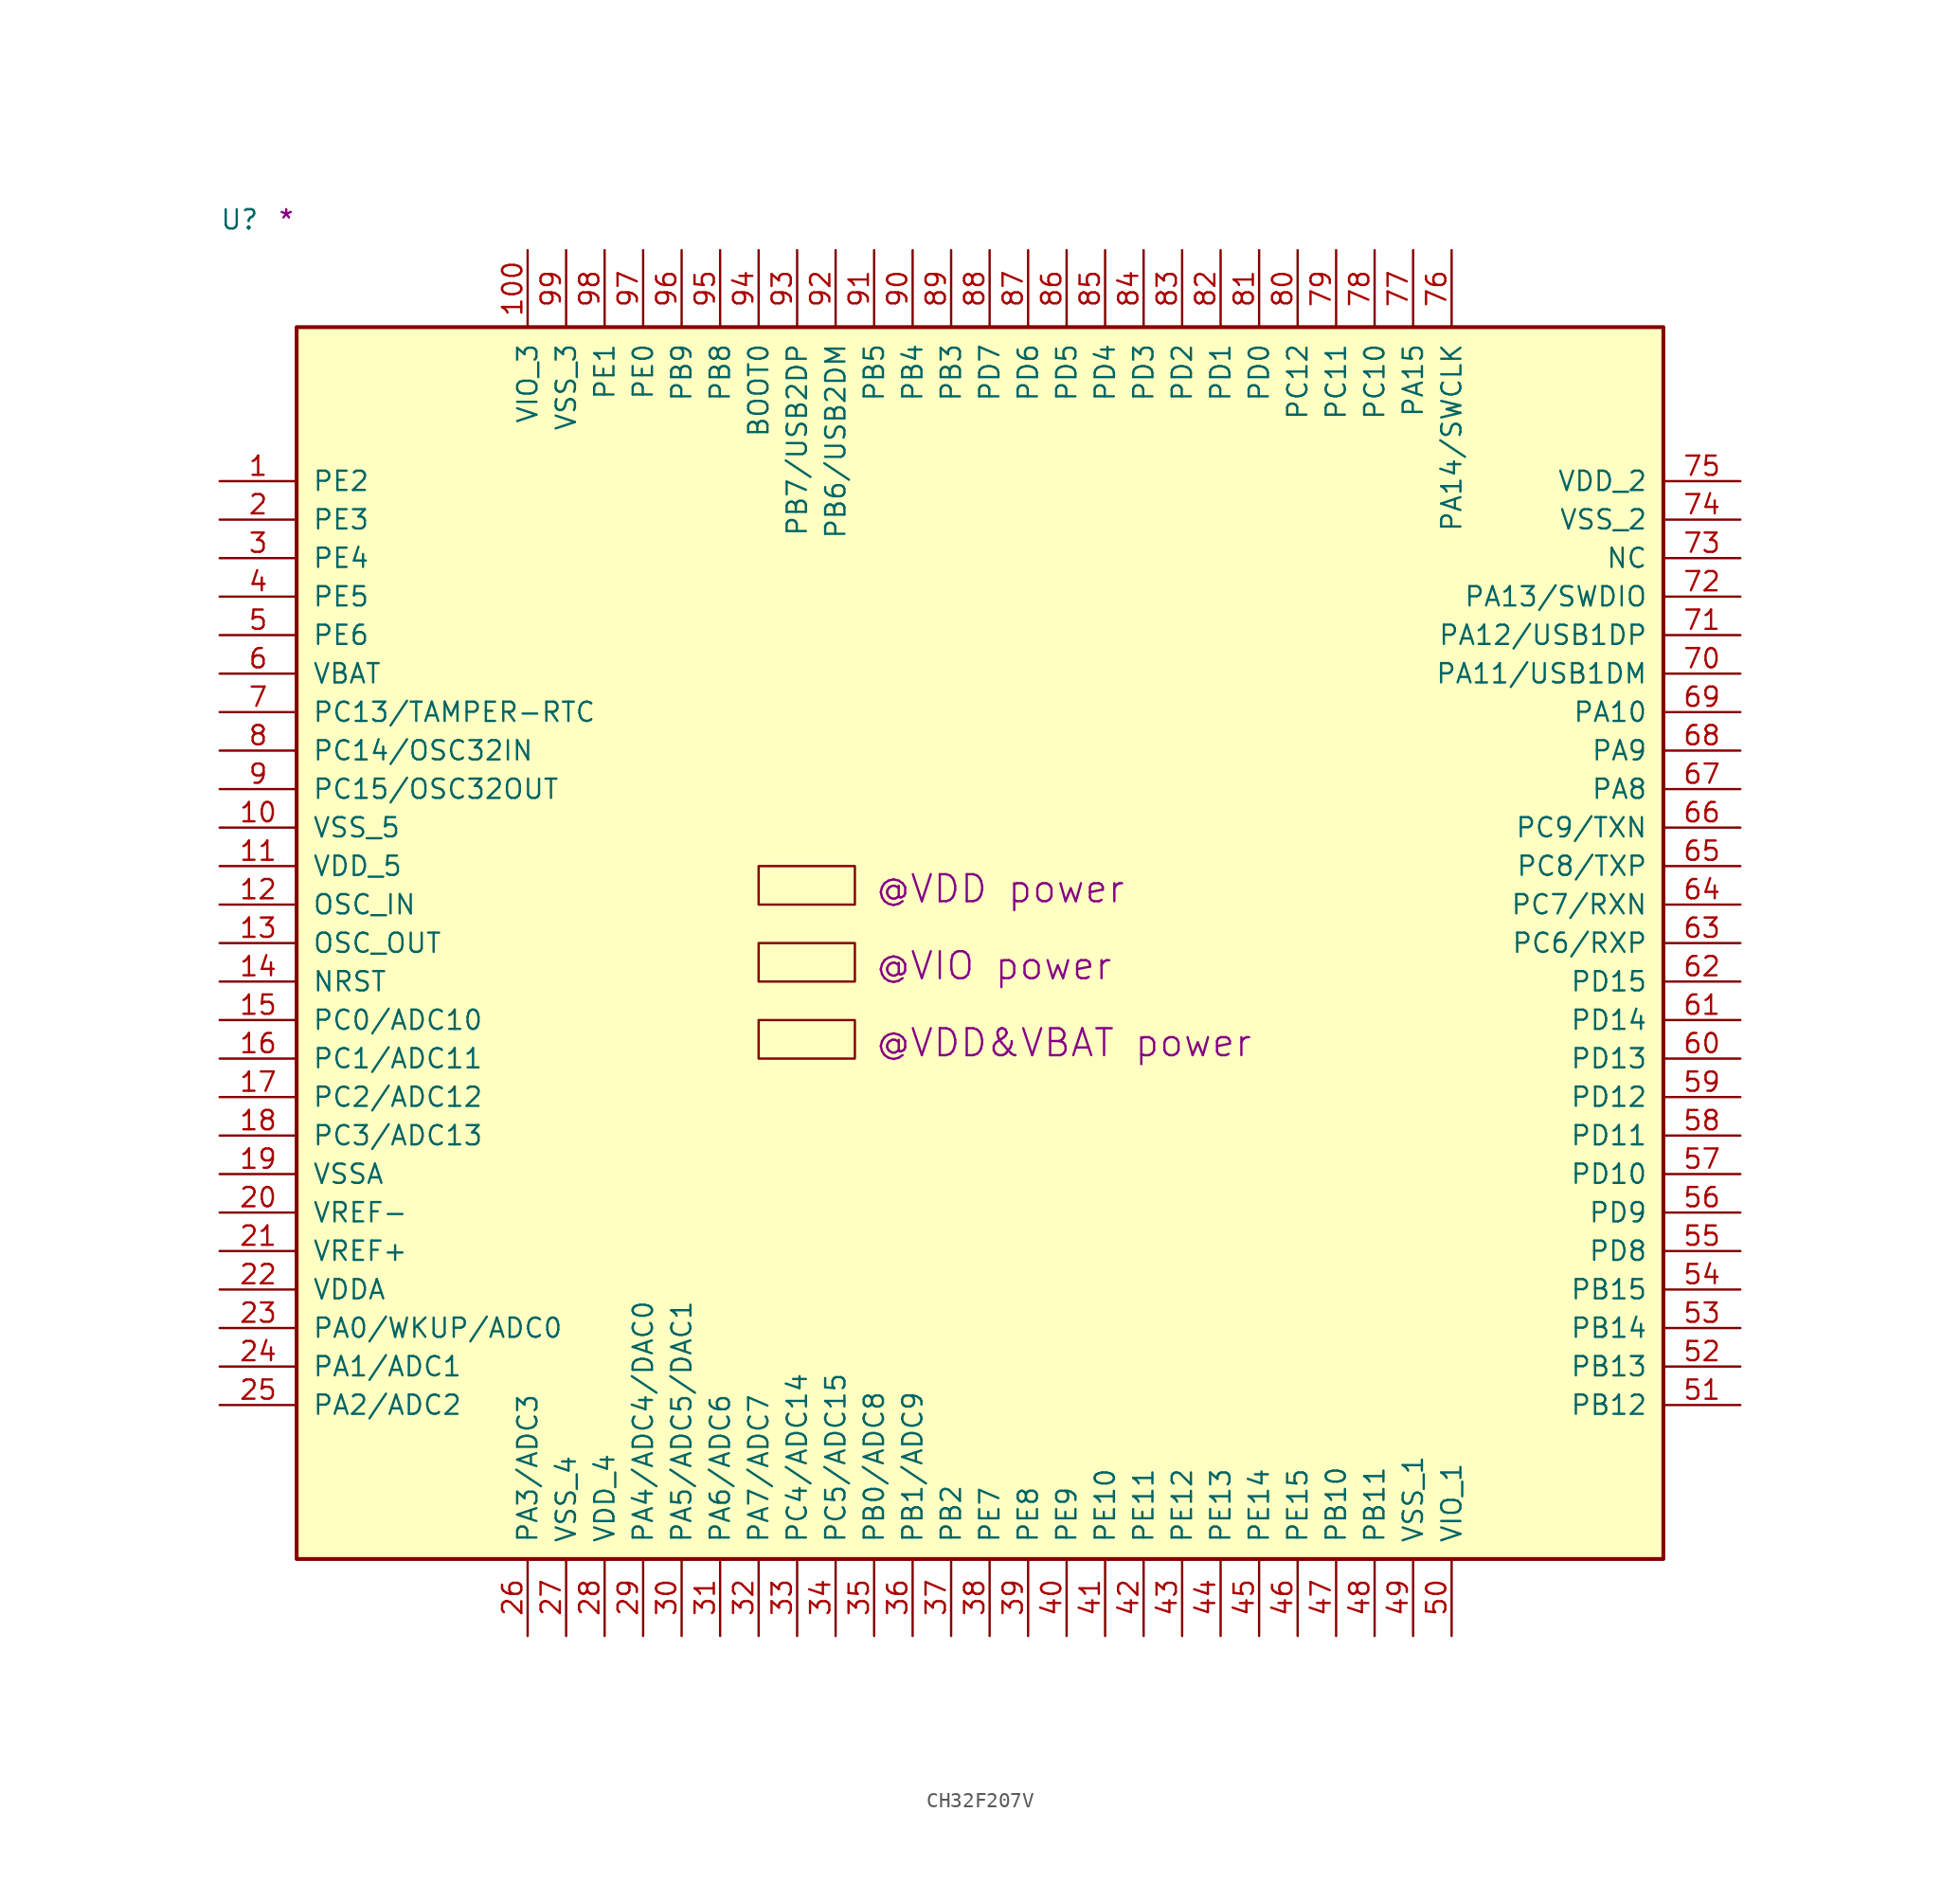
<source format=kicad_sym>
(kicad_symbol_lib
  (version 20211014)
  (generator kicad_symbol_editor)
  (symbol "CH32F207V"
    (pin_names
      (offset 1.016))
    (property "Reference" "U"
      (at -5.08 6.35 0)
      (effects (font (size 1.27 1.27)) (justify left bottom)))
    (property "user" "@VDD power"
      (at 38.1 -38.1 0)
      (effects (font (size 1.778 1.778)) (justify left bottom)))
    (property "user_1" "@VIO power"
      (at 38.1 -43.18 0)
      (effects (font (size 1.778 1.778)) (justify left bottom)))
    (property "user_2" "@VDD&VBAT power"
      (at 38.1 -48.26 0)
      (effects (font (size 1.778 1.778)) (justify left bottom)))
    (property "Comment" "*"
      (at -1.27 6.35 0)
      (effects (font (size 1.27 1.27)) (justify left bottom)))
    (symbol "CH32F207V_1_1"
      (rectangle (start 0 -81.28) (end 90.17 0) (stroke (width 0.254) (type default) (color 0 0 0 0)) (fill (type background)))
      (rectangle (start 30.48 -48.26) (end 36.83 -45.72) (stroke (width 0) (type default) (color 0 0 0 0)) (fill (type background)))
      (rectangle (start 30.48 -43.18) (end 36.83 -40.64) (stroke (width 0) (type default) (color 0 0 0 0)) (fill (type background)))
      (rectangle (start 30.48 -38.1) (end 36.83 -35.56) (stroke (width 0) (type default) (color 0 0 0 0)) (fill (type background)))
      (pin bidirectional line (at -5.08 -10.16 0) (length 5.08) (name "PE2" (effects (font (size 1.27 1.27)))) (number "1" (effects (font (size 1.27 1.27)))))
      (pin power_in line (at -5.08 -33.02 0) (length 5.08) (name "VSS_5" (effects (font (size 1.27 1.27)))) (number "10" (effects (font (size 1.27 1.27)))))
      (pin power_in line (at 15.24 5.08 270) (length 5.08) (name "VIO_3" (effects (font (size 1.27 1.27)))) (number "100" (effects (font (size 1.27 1.27)))))
      (pin power_in line (at -5.08 -35.56 0) (length 5.08) (name "VDD_5" (effects (font (size 1.27 1.27)))) (number "11" (effects (font (size 1.27 1.27)))))
      (pin input line (at -5.08 -38.1 0) (length 5.08) (name "OSC_IN" (effects (font (size 1.27 1.27)))) (number "12" (effects (font (size 1.27 1.27)))))
      (pin output line (at -5.08 -40.64 0) (length 5.08) (name "OSC_OUT" (effects (font (size 1.27 1.27)))) (number "13" (effects (font (size 1.27 1.27)))))
      (pin bidirectional line (at -5.08 -43.18 0) (length 5.08) (name "NRST" (effects (font (size 1.27 1.27)))) (number "14" (effects (font (size 1.27 1.27)))))
      (pin bidirectional line (at -5.08 -45.72 0) (length 5.08) (name "PC0/ADC10" (effects (font (size 1.27 1.27)))) (number "15" (effects (font (size 1.27 1.27)))))
      (pin bidirectional line (at -5.08 -48.26 0) (length 5.08) (name "PC1/ADC11" (effects (font (size 1.27 1.27)))) (number "16" (effects (font (size 1.27 1.27)))))
      (pin bidirectional line (at -5.08 -50.8 0) (length 5.08) (name "PC2/ADC12" (effects (font (size 1.27 1.27)))) (number "17" (effects (font (size 1.27 1.27)))))
      (pin bidirectional line (at -5.08 -53.34 0) (length 5.08) (name "PC3/ADC13" (effects (font (size 1.27 1.27)))) (number "18" (effects (font (size 1.27 1.27)))))
      (pin power_in line (at -5.08 -55.88 0) (length 5.08) (name "VSSA" (effects (font (size 1.27 1.27)))) (number "19" (effects (font (size 1.27 1.27)))))
      (pin bidirectional line (at -5.08 -12.7 0) (length 5.08) (name "PE3" (effects (font (size 1.27 1.27)))) (number "2" (effects (font (size 1.27 1.27)))))
      (pin power_in line (at -5.08 -58.42 0) (length 5.08) (name "VREF-" (effects (font (size 1.27 1.27)))) (number "20" (effects (font (size 1.27 1.27)))))
      (pin power_in line (at -5.08 -60.96 0) (length 5.08) (name "VREF+" (effects (font (size 1.27 1.27)))) (number "21" (effects (font (size 1.27 1.27)))))
      (pin power_in line (at -5.08 -63.5 0) (length 5.08) (name "VDDA" (effects (font (size 1.27 1.27)))) (number "22" (effects (font (size 1.27 1.27)))))
      (pin bidirectional line (at -5.08 -66.04 0) (length 5.08) (name "PA0/WKUP/ADC0" (effects (font (size 1.27 1.27)))) (number "23" (effects (font (size 1.27 1.27)))))
      (pin bidirectional line (at -5.08 -68.58 0) (length 5.08) (name "PA1/ADC1" (effects (font (size 1.27 1.27)))) (number "24" (effects (font (size 1.27 1.27)))))
      (pin bidirectional line (at -5.08 -71.12 0) (length 5.08) (name "PA2/ADC2" (effects (font (size 1.27 1.27)))) (number "25" (effects (font (size 1.27 1.27)))))
      (pin bidirectional line (at 15.24 -86.36 90) (length 5.08) (name "PA3/ADC3" (effects (font (size 1.27 1.27)))) (number "26" (effects (font (size 1.27 1.27)))))
      (pin power_in line (at 17.78 -86.36 90) (length 5.08) (name "VSS_4" (effects (font (size 1.27 1.27)))) (number "27" (effects (font (size 1.27 1.27)))))
      (pin power_in line (at 20.32 -86.36 90) (length 5.08) (name "VDD_4" (effects (font (size 1.27 1.27)))) (number "28" (effects (font (size 1.27 1.27)))))
      (pin bidirectional line (at 22.86 -86.36 90) (length 5.08) (name "PA4/ADC4/DAC0" (effects (font (size 1.27 1.27)))) (number "29" (effects (font (size 1.27 1.27)))))
      (pin bidirectional line (at -5.08 -15.24 0) (length 5.08) (name "PE4" (effects (font (size 1.27 1.27)))) (number "3" (effects (font (size 1.27 1.27)))))
      (pin bidirectional line (at 25.4 -86.36 90) (length 5.08) (name "PA5/ADC5/DAC1" (effects (font (size 1.27 1.27)))) (number "30" (effects (font (size 1.27 1.27)))))
      (pin bidirectional line (at 27.94 -86.36 90) (length 5.08) (name "PA6/ADC6" (effects (font (size 1.27 1.27)))) (number "31" (effects (font (size 1.27 1.27)))))
      (pin bidirectional line (at 30.48 -86.36 90) (length 5.08) (name "PA7/ADC7" (effects (font (size 1.27 1.27)))) (number "32" (effects (font (size 1.27 1.27)))))
      (pin bidirectional line (at 33.02 -86.36 90) (length 5.08) (name "PC4/ADC14" (effects (font (size 1.27 1.27)))) (number "33" (effects (font (size 1.27 1.27)))))
      (pin bidirectional line (at 35.56 -86.36 90) (length 5.08) (name "PC5/ADC15" (effects (font (size 1.27 1.27)))) (number "34" (effects (font (size 1.27 1.27)))))
      (pin bidirectional line (at 38.1 -86.36 90) (length 5.08) (name "PB0/ADC8" (effects (font (size 1.27 1.27)))) (number "35" (effects (font (size 1.27 1.27)))))
      (pin bidirectional line (at 40.64 -86.36 90) (length 5.08) (name "PB1/ADC9" (effects (font (size 1.27 1.27)))) (number "36" (effects (font (size 1.27 1.27)))))
      (pin bidirectional line (at 43.18 -86.36 90) (length 5.08) (name "PB2" (effects (font (size 1.27 1.27)))) (number "37" (effects (font (size 1.27 1.27)))))
      (pin bidirectional line (at 45.72 -86.36 90) (length 5.08) (name "PE7" (effects (font (size 1.27 1.27)))) (number "38" (effects (font (size 1.27 1.27)))))
      (pin bidirectional line (at 48.26 -86.36 90) (length 5.08) (name "PE8" (effects (font (size 1.27 1.27)))) (number "39" (effects (font (size 1.27 1.27)))))
      (pin bidirectional line (at -5.08 -17.78 0) (length 5.08) (name "PE5" (effects (font (size 1.27 1.27)))) (number "4" (effects (font (size 1.27 1.27)))))
      (pin bidirectional line (at 50.8 -86.36 90) (length 5.08) (name "PE9" (effects (font (size 1.27 1.27)))) (number "40" (effects (font (size 1.27 1.27)))))
      (pin bidirectional line (at 53.34 -86.36 90) (length 5.08) (name "PE10" (effects (font (size 1.27 1.27)))) (number "41" (effects (font (size 1.27 1.27)))))
      (pin bidirectional line (at 55.88 -86.36 90) (length 5.08) (name "PE11" (effects (font (size 1.27 1.27)))) (number "42" (effects (font (size 1.27 1.27)))))
      (pin bidirectional line (at 58.42 -86.36 90) (length 5.08) (name "PE12" (effects (font (size 1.27 1.27)))) (number "43" (effects (font (size 1.27 1.27)))))
      (pin bidirectional line (at 60.96 -86.36 90) (length 5.08) (name "PE13" (effects (font (size 1.27 1.27)))) (number "44" (effects (font (size 1.27 1.27)))))
      (pin bidirectional line (at 63.5 -86.36 90) (length 5.08) (name "PE14" (effects (font (size 1.27 1.27)))) (number "45" (effects (font (size 1.27 1.27)))))
      (pin bidirectional line (at 66.04 -86.36 90) (length 5.08) (name "PE15" (effects (font (size 1.27 1.27)))) (number "46" (effects (font (size 1.27 1.27)))))
      (pin bidirectional line (at 68.58 -86.36 90) (length 5.08) (name "PB10" (effects (font (size 1.27 1.27)))) (number "47" (effects (font (size 1.27 1.27)))))
      (pin bidirectional line (at 71.12 -86.36 90) (length 5.08) (name "PB11" (effects (font (size 1.27 1.27)))) (number "48" (effects (font (size 1.27 1.27)))))
      (pin power_in line (at 73.66 -86.36 90) (length 5.08) (name "VSS_1" (effects (font (size 1.27 1.27)))) (number "49" (effects (font (size 1.27 1.27)))))
      (pin bidirectional line (at -5.08 -20.32 0) (length 5.08) (name "PE6" (effects (font (size 1.27 1.27)))) (number "5" (effects (font (size 1.27 1.27)))))
      (pin power_in line (at 76.2 -86.36 90) (length 5.08) (name "VIO_1" (effects (font (size 1.27 1.27)))) (number "50" (effects (font (size 1.27 1.27)))))
      (pin bidirectional line (at 95.25 -71.12 180) (length 5.08) (name "PB12" (effects (font (size 1.27 1.27)))) (number "51" (effects (font (size 1.27 1.27)))))
      (pin bidirectional line (at 95.25 -68.58 180) (length 5.08) (name "PB13" (effects (font (size 1.27 1.27)))) (number "52" (effects (font (size 1.27 1.27)))))
      (pin bidirectional line (at 95.25 -66.04 180) (length 5.08) (name "PB14" (effects (font (size 1.27 1.27)))) (number "53" (effects (font (size 1.27 1.27)))))
      (pin bidirectional line (at 95.25 -63.5 180) (length 5.08) (name "PB15" (effects (font (size 1.27 1.27)))) (number "54" (effects (font (size 1.27 1.27)))))
      (pin bidirectional line (at 95.25 -60.96 180) (length 5.08) (name "PD8" (effects (font (size 1.27 1.27)))) (number "55" (effects (font (size 1.27 1.27)))))
      (pin bidirectional line (at 95.25 -58.42 180) (length 5.08) (name "PD9" (effects (font (size 1.27 1.27)))) (number "56" (effects (font (size 1.27 1.27)))))
      (pin bidirectional line (at 95.25 -55.88 180) (length 5.08) (name "PD10" (effects (font (size 1.27 1.27)))) (number "57" (effects (font (size 1.27 1.27)))))
      (pin bidirectional line (at 95.25 -53.34 180) (length 5.08) (name "PD11" (effects (font (size 1.27 1.27)))) (number "58" (effects (font (size 1.27 1.27)))))
      (pin bidirectional line (at 95.25 -50.8 180) (length 5.08) (name "PD12" (effects (font (size 1.27 1.27)))) (number "59" (effects (font (size 1.27 1.27)))))
      (pin power_in line (at -5.08 -22.86 0) (length 5.08) (name "VBAT" (effects (font (size 1.27 1.27)))) (number "6" (effects (font (size 1.27 1.27)))))
      (pin bidirectional line (at 95.25 -48.26 180) (length 5.08) (name "PD13" (effects (font (size 1.27 1.27)))) (number "60" (effects (font (size 1.27 1.27)))))
      (pin bidirectional line (at 95.25 -45.72 180) (length 5.08) (name "PD14" (effects (font (size 1.27 1.27)))) (number "61" (effects (font (size 1.27 1.27)))))
      (pin bidirectional line (at 95.25 -43.18 180) (length 5.08) (name "PD15" (effects (font (size 1.27 1.27)))) (number "62" (effects (font (size 1.27 1.27)))))
      (pin bidirectional line (at 95.25 -40.64 180) (length 5.08) (name "PC6/RXP" (effects (font (size 1.27 1.27)))) (number "63" (effects (font (size 1.27 1.27)))))
      (pin bidirectional line (at 95.25 -38.1 180) (length 5.08) (name "PC7/RXN" (effects (font (size 1.27 1.27)))) (number "64" (effects (font (size 1.27 1.27)))))
      (pin bidirectional line (at 95.25 -35.56 180) (length 5.08) (name "PC8/TXP" (effects (font (size 1.27 1.27)))) (number "65" (effects (font (size 1.27 1.27)))))
      (pin bidirectional line (at 95.25 -33.02 180) (length 5.08) (name "PC9/TXN" (effects (font (size 1.27 1.27)))) (number "66" (effects (font (size 1.27 1.27)))))
      (pin bidirectional line (at 95.25 -30.48 180) (length 5.08) (name "PA8" (effects (font (size 1.27 1.27)))) (number "67" (effects (font (size 1.27 1.27)))))
      (pin bidirectional line (at 95.25 -27.94 180) (length 5.08) (name "PA9" (effects (font (size 1.27 1.27)))) (number "68" (effects (font (size 1.27 1.27)))))
      (pin bidirectional line (at 95.25 -25.4 180) (length 5.08) (name "PA10" (effects (font (size 1.27 1.27)))) (number "69" (effects (font (size 1.27 1.27)))))
      (pin bidirectional line (at -5.08 -25.4 0) (length 5.08) (name "PC13/TAMPER-RTC" (effects (font (size 1.27 1.27)))) (number "7" (effects (font (size 1.27 1.27)))))
      (pin bidirectional line (at 95.25 -22.86 180) (length 5.08) (name "PA11/USB1DM" (effects (font (size 1.27 1.27)))) (number "70" (effects (font (size 1.27 1.27)))))
      (pin bidirectional line (at 95.25 -20.32 180) (length 5.08) (name "PA12/USB1DP" (effects (font (size 1.27 1.27)))) (number "71" (effects (font (size 1.27 1.27)))))
      (pin bidirectional line (at 95.25 -17.78 180) (length 5.08) (name "PA13/SWDIO" (effects (font (size 1.27 1.27)))) (number "72" (effects (font (size 1.27 1.27)))))
      (pin tri_state line (at 95.25 -15.24 180) (length 5.08) (name "NC" (effects (font (size 1.27 1.27)))) (number "73" (effects (font (size 1.27 1.27)))))
      (pin power_in line (at 95.25 -12.7 180) (length 5.08) (name "VSS_2" (effects (font (size 1.27 1.27)))) (number "74" (effects (font (size 1.27 1.27)))))
      (pin power_in line (at 95.25 -10.16 180) (length 5.08) (name "VDD_2" (effects (font (size 1.27 1.27)))) (number "75" (effects (font (size 1.27 1.27)))))
      (pin bidirectional line (at 76.2 5.08 270) (length 5.08) (name "PA14/SWCLK" (effects (font (size 1.27 1.27)))) (number "76" (effects (font (size 1.27 1.27)))))
      (pin bidirectional line (at 73.66 5.08 270) (length 5.08) (name "PA15" (effects (font (size 1.27 1.27)))) (number "77" (effects (font (size 1.27 1.27)))))
      (pin bidirectional line (at 71.12 5.08 270) (length 5.08) (name "PC10" (effects (font (size 1.27 1.27)))) (number "78" (effects (font (size 1.27 1.27)))))
      (pin bidirectional line (at 68.58 5.08 270) (length 5.08) (name "PC11" (effects (font (size 1.27 1.27)))) (number "79" (effects (font (size 1.27 1.27)))))
      (pin bidirectional line (at -5.08 -27.94 0) (length 5.08) (name "PC14/OSC32IN" (effects (font (size 1.27 1.27)))) (number "8" (effects (font (size 1.27 1.27)))))
      (pin bidirectional line (at 66.04 5.08 270) (length 5.08) (name "PC12" (effects (font (size 1.27 1.27)))) (number "80" (effects (font (size 1.27 1.27)))))
      (pin bidirectional line (at 63.5 5.08 270) (length 5.08) (name "PD0" (effects (font (size 1.27 1.27)))) (number "81" (effects (font (size 1.27 1.27)))))
      (pin bidirectional line (at 60.96 5.08 270) (length 5.08) (name "PD1" (effects (font (size 1.27 1.27)))) (number "82" (effects (font (size 1.27 1.27)))))
      (pin bidirectional line (at 58.42 5.08 270) (length 5.08) (name "PD2" (effects (font (size 1.27 1.27)))) (number "83" (effects (font (size 1.27 1.27)))))
      (pin bidirectional line (at 55.88 5.08 270) (length 5.08) (name "PD3" (effects (font (size 1.27 1.27)))) (number "84" (effects (font (size 1.27 1.27)))))
      (pin bidirectional line (at 53.34 5.08 270) (length 5.08) (name "PD4" (effects (font (size 1.27 1.27)))) (number "85" (effects (font (size 1.27 1.27)))))
      (pin bidirectional line (at 50.8 5.08 270) (length 5.08) (name "PD5" (effects (font (size 1.27 1.27)))) (number "86" (effects (font (size 1.27 1.27)))))
      (pin bidirectional line (at 48.26 5.08 270) (length 5.08) (name "PD6" (effects (font (size 1.27 1.27)))) (number "87" (effects (font (size 1.27 1.27)))))
      (pin bidirectional line (at 45.72 5.08 270) (length 5.08) (name "PD7" (effects (font (size 1.27 1.27)))) (number "88" (effects (font (size 1.27 1.27)))))
      (pin bidirectional line (at 43.18 5.08 270) (length 5.08) (name "PB3" (effects (font (size 1.27 1.27)))) (number "89" (effects (font (size 1.27 1.27)))))
      (pin bidirectional line (at -5.08 -30.48 0) (length 5.08) (name "PC15/OSC32OUT" (effects (font (size 1.27 1.27)))) (number "9" (effects (font (size 1.27 1.27)))))
      (pin bidirectional line (at 40.64 5.08 270) (length 5.08) (name "PB4" (effects (font (size 1.27 1.27)))) (number "90" (effects (font (size 1.27 1.27)))))
      (pin bidirectional line (at 38.1 5.08 270) (length 5.08) (name "PB5" (effects (font (size 1.27 1.27)))) (number "91" (effects (font (size 1.27 1.27)))))
      (pin bidirectional line (at 35.56 5.08 270) (length 5.08) (name "PB6/USB2DM" (effects (font (size 1.27 1.27)))) (number "92" (effects (font (size 1.27 1.27)))))
      (pin bidirectional line (at 33.02 5.08 270) (length 5.08) (name "PB7/USB2DP" (effects (font (size 1.27 1.27)))) (number "93" (effects (font (size 1.27 1.27)))))
      (pin input line (at 30.48 5.08 270) (length 5.08) (name "BOOT0" (effects (font (size 1.27 1.27)))) (number "94" (effects (font (size 1.27 1.27)))))
      (pin bidirectional line (at 27.94 5.08 270) (length 5.08) (name "PB8" (effects (font (size 1.27 1.27)))) (number "95" (effects (font (size 1.27 1.27)))))
      (pin bidirectional line (at 25.4 5.08 270) (length 5.08) (name "PB9" (effects (font (size 1.27 1.27)))) (number "96" (effects (font (size 1.27 1.27)))))
      (pin bidirectional line (at 22.86 5.08 270) (length 5.08) (name "PE0" (effects (font (size 1.27 1.27)))) (number "97" (effects (font (size 1.27 1.27)))))
      (pin bidirectional line (at 20.32 5.08 270) (length 5.08) (name "PE1" (effects (font (size 1.27 1.27)))) (number "98" (effects (font (size 1.27 1.27)))))
      (pin power_in line (at 17.78 5.08 270) (length 5.08) (name "VSS_3" (effects (font (size 1.27 1.27)))) (number "99" (effects (font (size 1.27 1.27))))))))
</source>
